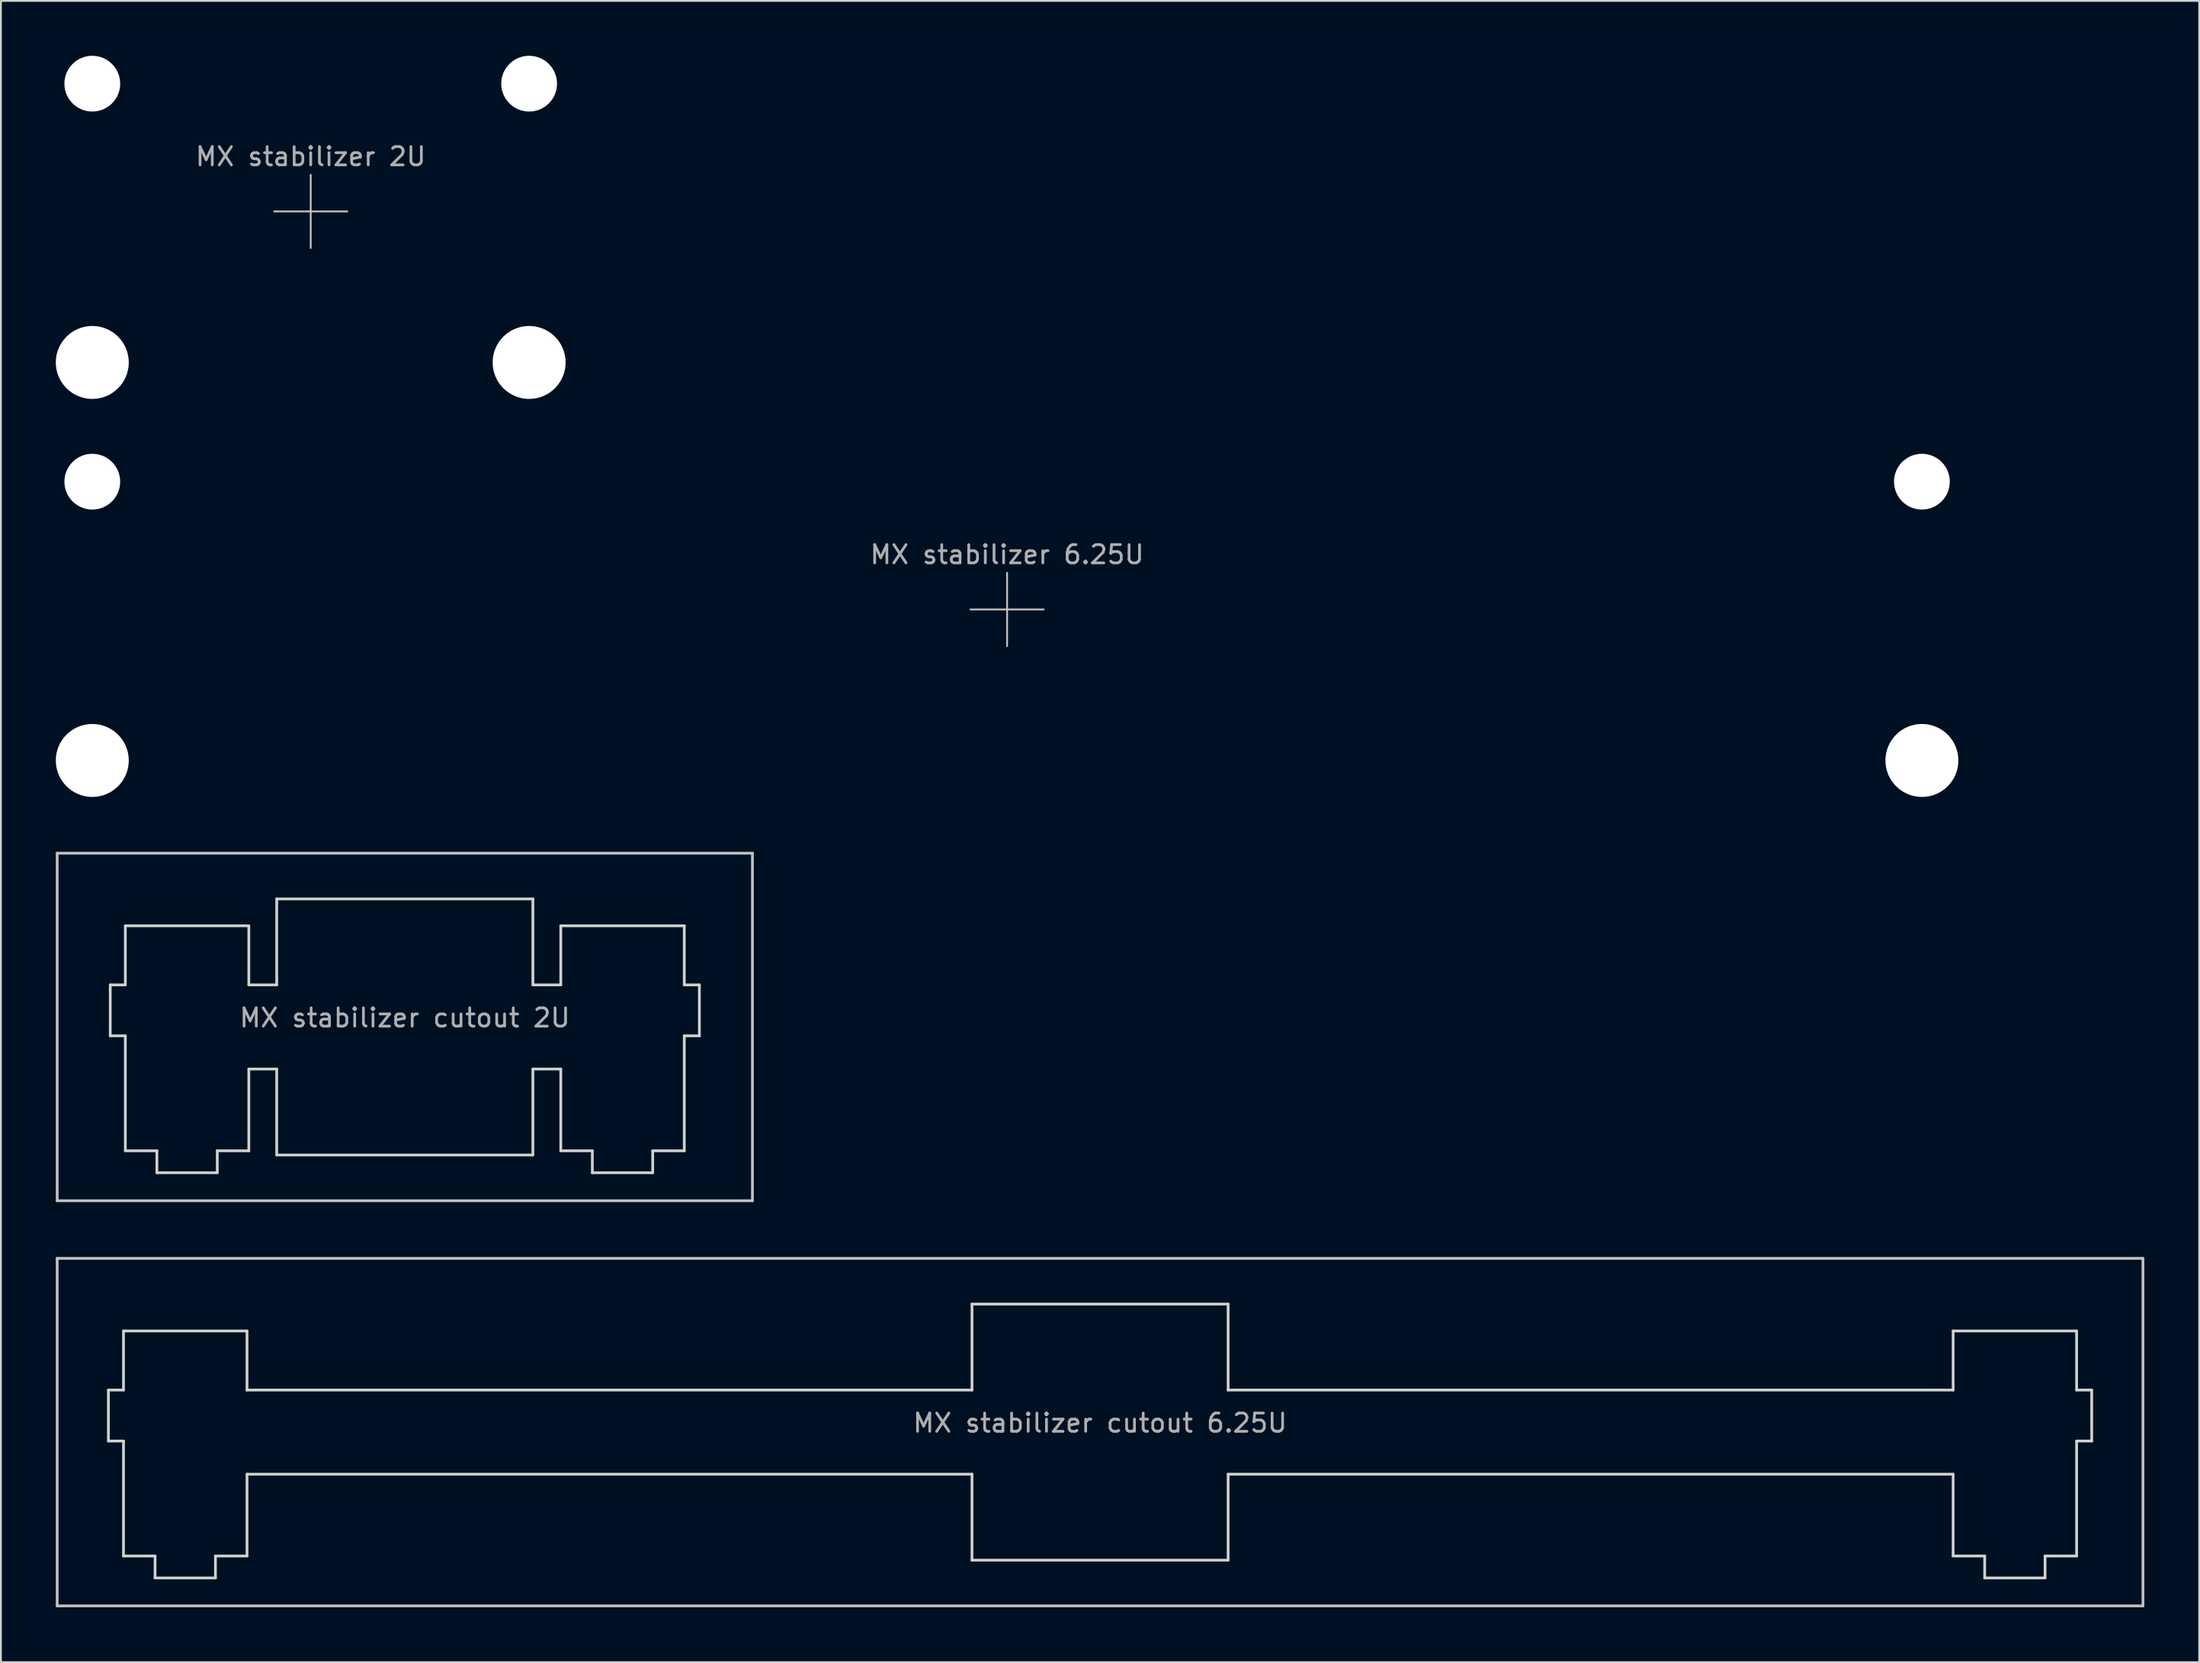
<source format=kicad_pcb>
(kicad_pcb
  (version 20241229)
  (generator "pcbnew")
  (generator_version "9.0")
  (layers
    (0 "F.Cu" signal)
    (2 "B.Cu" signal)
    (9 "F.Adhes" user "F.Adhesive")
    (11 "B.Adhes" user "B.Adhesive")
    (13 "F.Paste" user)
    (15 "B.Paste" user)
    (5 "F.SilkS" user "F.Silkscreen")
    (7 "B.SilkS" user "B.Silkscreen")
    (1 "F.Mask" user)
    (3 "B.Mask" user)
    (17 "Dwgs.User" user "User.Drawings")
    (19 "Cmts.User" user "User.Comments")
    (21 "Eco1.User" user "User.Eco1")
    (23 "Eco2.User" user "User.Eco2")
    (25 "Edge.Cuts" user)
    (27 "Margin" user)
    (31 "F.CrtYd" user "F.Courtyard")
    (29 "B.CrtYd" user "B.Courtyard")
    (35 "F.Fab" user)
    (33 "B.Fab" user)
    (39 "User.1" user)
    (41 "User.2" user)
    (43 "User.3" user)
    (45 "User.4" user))
  (footprint "MX stabilizer 6.25U"
    (layer "F.Cu")
    (at 51.994 30.267)
    (property "Reference" "MX stabilizer 6.25U" (at 0 -3 0) (layer "F.Fab") (effects (font (size 1 1) (thickness 0.15))))
    (attr exclude_from_pos_files exclude_from_bom)
    (fp_line (start -2 0) (end 2 0) (stroke (width 0.1) (type solid)) (layer "Dwgs.User"))
    (fp_line (start 0 2) (end 0 -2) (stroke (width 0.1) (type solid)) (layer "Dwgs.User"))
    (pad "" np_thru_hole circle (at -50 -6.985) (size 3.048 3.048) (drill 3.048) (layers "*.Cu" "*.Mask"))
    (pad "" np_thru_hole circle (at -50 8.255) (size 3.988 3.988) (drill 3.988) (layers "*.Cu" "*.Mask"))
    (pad "" np_thru_hole circle (at 50 -6.985) (size 3.048 3.048) (drill 3.048) (layers "*.Cu" "*.Mask"))
    (pad "" np_thru_hole circle (at 50 8.255) (size 3.988 3.988) (drill 3.988) (layers "*.Cu" "*.Mask")))
  (footprint "MX stabilizer cutout 6.25U"
    (layer "F.Cu")
    (at 57.075 75.241)
    (property "Reference" "MX stabilizer cutout 6.25U" (at 0 -0.5 0) (unlocked yes) (layer "F.Fab") (effects (font (size 1 1) (thickness 0.15))))
    (fp_line (start -57 -9.5) (end -57 9.5) (stroke (width 0.15) (type solid)) (layer "Dwgs.User"))
    (fp_line (start -57 9.5) (end 57 9.5) (stroke (width 0.15) (type solid)) (layer "Dwgs.User"))
    (fp_line (start 57 -9.5) (end -57 -9.5) (stroke (width 0.15) (type solid)) (layer "Dwgs.User"))
    (fp_line (start 57 9.5) (end 57 -9.5) (stroke (width 0.15) (type solid)) (layer "Dwgs.User"))
    (fp_line (start -54.2 -2.3) (end -54.2 0.485) (stroke (width 0.15) (type solid)) (layer "Edge.Cuts"))
    (fp_line (start -54.2 0.485) (end -53.375 0.485) (stroke (width 0.15) (type solid)) (layer "Edge.Cuts"))
    (fp_line (start -53.375 -5.53) (end -53.375 -2.3) (stroke (width 0.15) (type solid)) (layer "Edge.Cuts"))
    (fp_line (start -53.375 -2.3) (end -54.2 -2.3) (stroke (width 0.15) (type solid)) (layer "Edge.Cuts"))
    (fp_line (start -53.375 0.485) (end -53.375 6.77) (stroke (width 0.15) (type solid)) (layer "Edge.Cuts"))
    (fp_line (start -53.375 6.77) (end -51.65 6.77) (stroke (width 0.15) (type solid)) (layer "Edge.Cuts"))
    (fp_line (start -51.65 6.77) (end -51.65 7.97) (stroke (width 0.15) (type solid)) (layer "Edge.Cuts"))
    (fp_line (start -51.65 7.97) (end -48.35 7.97) (stroke (width 0.15) (type solid)) (layer "Edge.Cuts"))
    (fp_line (start -48.35 6.77) (end -46.625 6.77) (stroke (width 0.15) (type solid)) (layer "Edge.Cuts"))
    (fp_line (start -48.35 7.97) (end -48.35 6.77) (stroke (width 0.15) (type solid)) (layer "Edge.Cuts"))
    (fp_line (start -46.625 -5.53) (end -53.375 -5.53) (stroke (width 0.15) (type solid)) (layer "Edge.Cuts"))
    (fp_line (start -46.625 -5.53) (end -46.625 -2.3) (stroke (width 0.15) (type solid)) (layer "Edge.Cuts"))
    (fp_line (start -46.625 2.3) (end -46.625 6.77) (stroke (width 0.15) (type solid)) (layer "Edge.Cuts"))
    (fp_line (start -7 -7) (end -7 -2.3) (stroke (width 0.15) (type solid)) (layer "Edge.Cuts"))
    (fp_line (start -7 -2.3) (end -46.625 -2.3) (stroke (width 0.15) (type solid)) (layer "Edge.Cuts"))
    (fp_line (start -7 2.3) (end -46.625 2.3) (stroke (width 0.15) (type solid)) (layer "Edge.Cuts"))
    (fp_line (start -7 2.3) (end -7 7) (stroke (width 0.15) (type solid)) (layer "Edge.Cuts"))
    (fp_line (start -7 7) (end 7 7) (stroke (width 0.15) (type solid)) (layer "Edge.Cuts"))
    (fp_line (start 7 -7) (end -7 -7) (stroke (width 0.15) (type solid)) (layer "Edge.Cuts"))
    (fp_line (start 7 -2.3) (end 7 -7) (stroke (width 0.15) (type solid)) (layer "Edge.Cuts"))
    (fp_line (start 7 -2.3) (end 46.625 -2.3) (stroke (width 0.15) (type solid)) (layer "Edge.Cuts"))
    (fp_line (start 7 2.3) (end 46.625 2.3) (stroke (width 0.15) (type solid)) (layer "Edge.Cuts"))
    (fp_line (start 7 7) (end 7 2.3) (stroke (width 0.15) (type solid)) (layer "Edge.Cuts"))
    (fp_line (start 46.625 -5.53) (end 46.625 -2.3) (stroke (width 0.15) (type solid)) (layer "Edge.Cuts"))
    (fp_line (start 46.625 -5.53) (end 53.375 -5.53) (stroke (width 0.15) (type solid)) (layer "Edge.Cuts"))
    (fp_line (start 46.625 2.3) (end 46.625 6.77) (stroke (width 0.15) (type solid)) (layer "Edge.Cuts"))
    (fp_line (start 48.35 6.77) (end 46.625 6.77) (stroke (width 0.15) (type solid)) (layer "Edge.Cuts"))
    (fp_line (start 48.35 7.97) (end 48.35 6.77) (stroke (width 0.15) (type solid)) (layer "Edge.Cuts"))
    (fp_line (start 51.65 6.77) (end 51.65 7.97) (stroke (width 0.15) (type solid)) (layer "Edge.Cuts"))
    (fp_line (start 51.65 7.97) (end 48.35 7.97) (stroke (width 0.15) (type solid)) (layer "Edge.Cuts"))
    (fp_line (start 53.375 -5.53) (end 53.375 -2.3) (stroke (width 0.15) (type solid)) (layer "Edge.Cuts"))
    (fp_line (start 53.375 -2.3) (end 54.2 -2.3) (stroke (width 0.15) (type solid)) (layer "Edge.Cuts"))
    (fp_line (start 53.375 0.485) (end 53.375 6.77) (stroke (width 0.15) (type solid)) (layer "Edge.Cuts"))
    (fp_line (start 53.375 6.77) (end 51.65 6.77) (stroke (width 0.15) (type solid)) (layer "Edge.Cuts"))
    (fp_line (start 54.2 -2.3) (end 54.2 0.485) (stroke (width 0.15) (type solid)) (layer "Edge.Cuts"))
    (fp_line (start 54.2 0.485) (end 53.375 0.485) (stroke (width 0.15) (type solid)) (layer "Edge.Cuts")))
  (footprint "MX stabilizer cutout 2U"
    (layer "F.Cu")
    (at 19.075 53.091)
    (property "Reference" "MX stabilizer cutout 2U" (at 0 -0.5 0) (unlocked yes) (layer "F.Fab") (effects (font (size 1 1) (thickness 0.15))))
    (fp_line (start -19 -9.5) (end 19 -9.5) (stroke (width 0.15) (type solid)) (layer "Dwgs.User"))
    (fp_line (start -19 9.5) (end -19 -9.5) (stroke (width 0.15) (type solid)) (layer "Dwgs.User"))
    (fp_line (start 19 -9.5) (end 19 9.5) (stroke (width 0.15) (type solid)) (layer "Dwgs.User"))
    (fp_line (start 19 9.5) (end -19 9.5) (stroke (width 0.15) (type solid)) (layer "Dwgs.User"))
    (fp_line (start -16.1 -2.3) (end -16.1 0.485) (stroke (width 0.15) (type solid)) (layer "Edge.Cuts"))
    (fp_line (start -16.1 0.485) (end -15.275 0.485) (stroke (width 0.15) (type solid)) (layer "Edge.Cuts"))
    (fp_line (start -15.275 -5.53) (end -15.275 -2.3) (stroke (width 0.15) (type solid)) (layer "Edge.Cuts"))
    (fp_line (start -15.275 -2.3) (end -16.1 -2.3) (stroke (width 0.15) (type solid)) (layer "Edge.Cuts"))
    (fp_line (start -15.275 0.485) (end -15.275 6.77) (stroke (width 0.15) (type solid)) (layer "Edge.Cuts"))
    (fp_line (start -15.275 6.77) (end -13.55 6.77) (stroke (width 0.15) (type solid)) (layer "Edge.Cuts"))
    (fp_line (start -13.55 6.77) (end -13.55 7.97) (stroke (width 0.15) (type solid)) (layer "Edge.Cuts"))
    (fp_line (start -13.55 7.97) (end -10.25 7.97) (stroke (width 0.15) (type solid)) (layer "Edge.Cuts"))
    (fp_line (start -10.25 6.77) (end -8.525 6.77) (stroke (width 0.15) (type solid)) (layer "Edge.Cuts"))
    (fp_line (start -10.25 7.97) (end -10.25 6.77) (stroke (width 0.15) (type solid)) (layer "Edge.Cuts"))
    (fp_line (start -8.525 -5.53) (end -15.275 -5.53) (stroke (width 0.15) (type solid)) (layer "Edge.Cuts"))
    (fp_line (start -8.525 -5.53) (end -8.525 -2.3) (stroke (width 0.15) (type solid)) (layer "Edge.Cuts"))
    (fp_line (start -8.525 2.3) (end -8.525 6.77) (stroke (width 0.15) (type solid)) (layer "Edge.Cuts"))
    (fp_line (start -7 -7) (end -7 -2.3) (stroke (width 0.15) (type solid)) (layer "Edge.Cuts"))
    (fp_line (start -7 -2.3) (end -8.525 -2.3) (stroke (width 0.15) (type solid)) (layer "Edge.Cuts"))
    (fp_line (start -7 2.3) (end -8.525 2.3) (stroke (width 0.15) (type solid)) (layer "Edge.Cuts"))
    (fp_line (start -7 2.3) (end -7 7) (stroke (width 0.15) (type solid)) (layer "Edge.Cuts"))
    (fp_line (start -7 7) (end 7 7) (stroke (width 0.15) (type solid)) (layer "Edge.Cuts"))
    (fp_line (start 7 -7) (end -7 -7) (stroke (width 0.15) (type solid)) (layer "Edge.Cuts"))
    (fp_line (start 7 -2.3) (end 7 -7) (stroke (width 0.15) (type solid)) (layer "Edge.Cuts"))
    (fp_line (start 7 -2.3) (end 8.525 -2.3) (stroke (width 0.15) (type solid)) (layer "Edge.Cuts"))
    (fp_line (start 7 2.3) (end 8.525 2.3) (stroke (width 0.15) (type solid)) (layer "Edge.Cuts"))
    (fp_line (start 7 7) (end 7 2.3) (stroke (width 0.15) (type solid)) (layer "Edge.Cuts"))
    (fp_line (start 8.525 -5.53) (end 8.525 -2.3) (stroke (width 0.15) (type solid)) (layer "Edge.Cuts"))
    (fp_line (start 8.525 -5.53) (end 15.275 -5.53) (stroke (width 0.15) (type solid)) (layer "Edge.Cuts"))
    (fp_line (start 8.525 2.3) (end 8.525 6.77) (stroke (width 0.15) (type solid)) (layer "Edge.Cuts"))
    (fp_line (start 10.25 6.77) (end 8.525 6.77) (stroke (width 0.15) (type solid)) (layer "Edge.Cuts"))
    (fp_line (start 10.25 7.97) (end 10.25 6.77) (stroke (width 0.15) (type solid)) (layer "Edge.Cuts"))
    (fp_line (start 13.55 6.77) (end 13.55 7.97) (stroke (width 0.15) (type solid)) (layer "Edge.Cuts"))
    (fp_line (start 13.55 7.97) (end 10.25 7.97) (stroke (width 0.15) (type solid)) (layer "Edge.Cuts"))
    (fp_line (start 15.275 -5.53) (end 15.275 -2.3) (stroke (width 0.15) (type solid)) (layer "Edge.Cuts"))
    (fp_line (start 15.275 -2.3) (end 16.1 -2.3) (stroke (width 0.15) (type solid)) (layer "Edge.Cuts"))
    (fp_line (start 15.275 0.485) (end 15.275 6.77) (stroke (width 0.15) (type solid)) (layer "Edge.Cuts"))
    (fp_line (start 15.275 6.77) (end 13.55 6.77) (stroke (width 0.15) (type solid)) (layer "Edge.Cuts"))
    (fp_line (start 16.1 -2.3) (end 16.1 0.485) (stroke (width 0.15) (type solid)) (layer "Edge.Cuts"))
    (fp_line (start 16.1 0.485) (end 15.275 0.485) (stroke (width 0.15) (type solid)) (layer "Edge.Cuts")))
  (footprint "MX stabilizer 2U"
    (layer "F.Cu")
    (at 13.932 8.509)
    (property "Reference" "MX stabilizer 2U" (at 0 -3 0) (layer "F.Fab") (effects (font (size 1 1) (thickness 0.15))))
    (attr exclude_from_pos_files exclude_from_bom)
    (fp_line (start -2 0) (end 2 0) (stroke (width 0.1) (type solid)) (layer "Dwgs.User"))
    (fp_line (start 0 2) (end 0 -2) (stroke (width 0.1) (type solid)) (layer "Dwgs.User"))
    (pad "" np_thru_hole circle (at -11.938 -6.985) (size 3.048 3.048) (drill 3.048) (layers "*.Cu" "*.Mask"))
    (pad "" np_thru_hole circle (at -11.938 8.255) (size 3.988 3.988) (drill 3.988) (layers "*.Cu" "*.Mask"))
    (pad "" np_thru_hole circle (at 11.938 -6.985) (size 3.048 3.048) (drill 3.048) (layers "*.Cu" "*.Mask"))
    (pad "" np_thru_hole circle (at 11.938 8.255) (size 3.988 3.988) (drill 3.988) (layers "*.Cu" "*.Mask")))
  (gr_rect
    (start -3 -3)
    (end 117.15 87.816)
    (stroke (width 0.1) (type default))
    (fill no)
    (layer "Edge.Cuts")))
</source>
